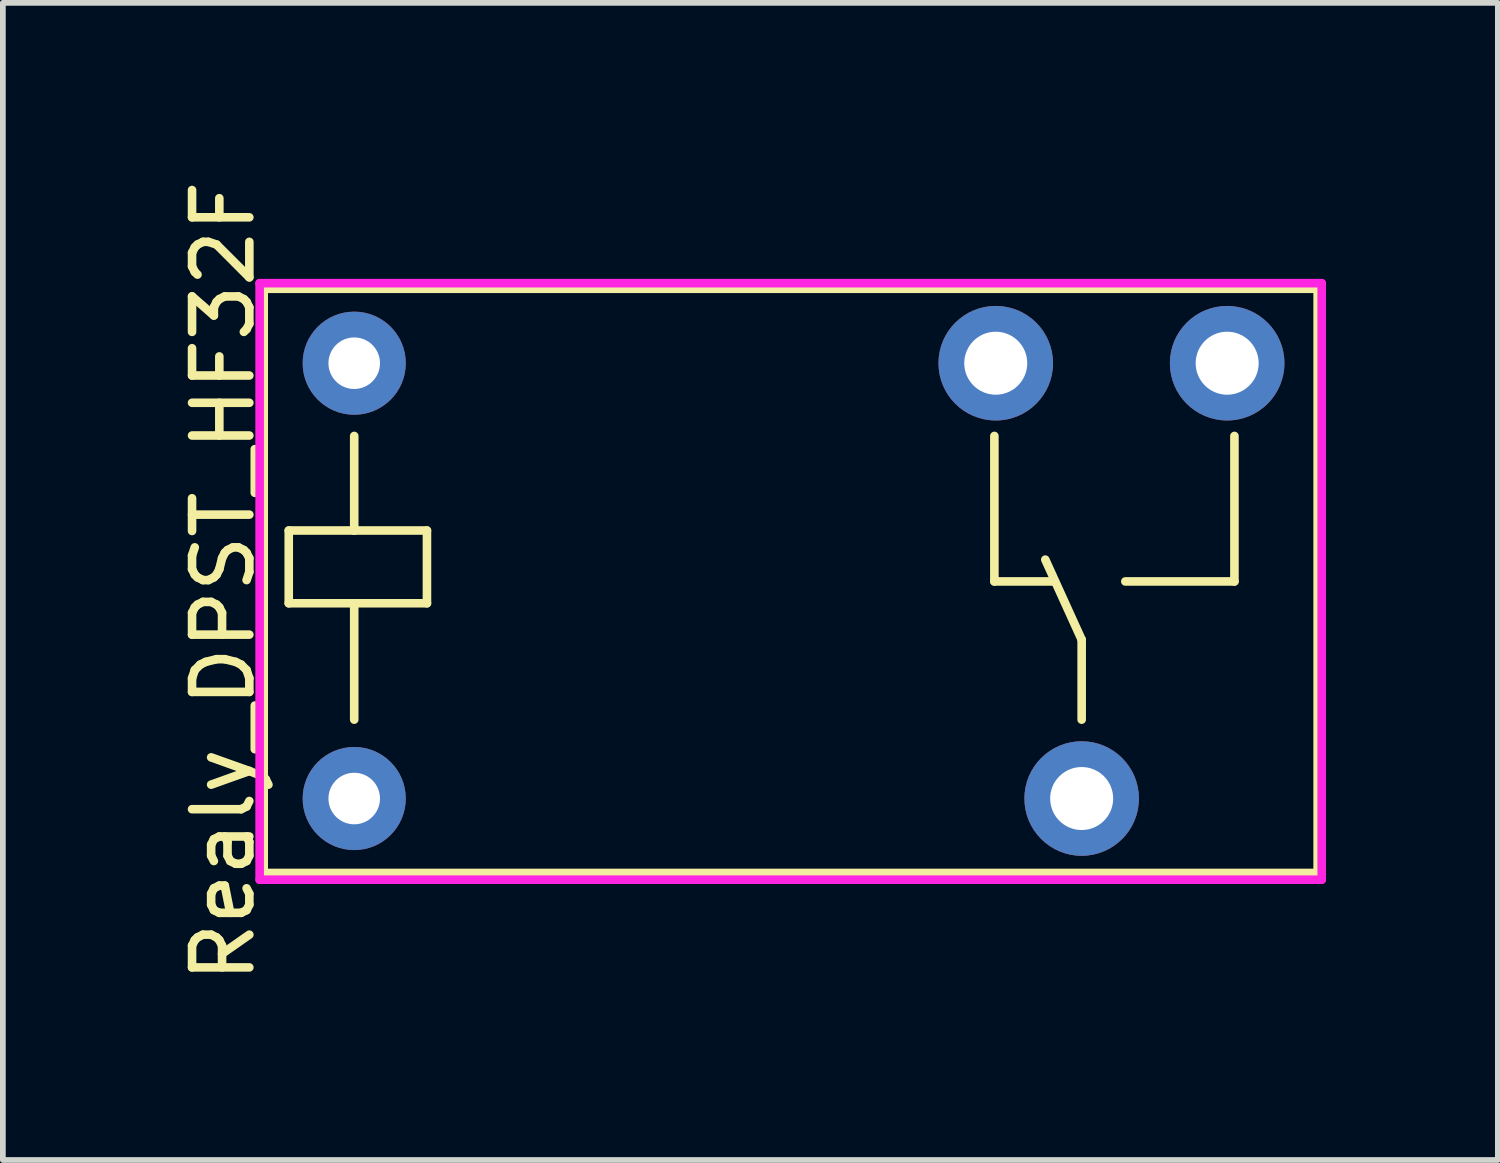
<source format=kicad_pcb>
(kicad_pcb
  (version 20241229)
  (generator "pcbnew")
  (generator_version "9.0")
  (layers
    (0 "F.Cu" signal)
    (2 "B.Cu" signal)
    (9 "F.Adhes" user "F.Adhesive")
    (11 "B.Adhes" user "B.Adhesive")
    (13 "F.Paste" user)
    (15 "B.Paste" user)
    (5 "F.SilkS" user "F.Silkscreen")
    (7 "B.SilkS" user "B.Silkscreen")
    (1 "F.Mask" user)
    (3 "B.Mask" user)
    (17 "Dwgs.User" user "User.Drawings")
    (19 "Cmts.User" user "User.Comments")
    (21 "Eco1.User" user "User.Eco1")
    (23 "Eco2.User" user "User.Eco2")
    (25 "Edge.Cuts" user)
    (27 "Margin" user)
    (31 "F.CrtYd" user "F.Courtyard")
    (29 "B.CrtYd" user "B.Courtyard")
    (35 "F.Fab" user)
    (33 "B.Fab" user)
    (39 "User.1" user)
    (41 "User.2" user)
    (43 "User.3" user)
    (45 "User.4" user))
  (footprint "Realy_DPST_HF32F"
    (layer "F.Cu")
    (at 3.134 3.291)
    (property "Reference" "Realy_DPST_HF32F" (at -2.286 3.81 90) (layer "F.SilkS") (effects (font (size 1 1) (thickness 0.15))))
    (attr through_hole)
    (fp_line (start -1.58 -1.3) (end -1.58 8.9) (stroke (width 0.15) (type solid)) (layer "F.SilkS"))
    (fp_line (start -1.58 -1.3) (end 16.82 -1.3) (stroke (width 0.15) (type solid)) (layer "F.SilkS"))
    (fp_line (start -1.143 2.921) (end -1.143 4.191) (stroke (width 0.15) (type solid)) (layer "F.SilkS"))
    (fp_line (start -1.143 4.191) (end 0 4.191) (stroke (width 0.15) (type solid)) (layer "F.SilkS"))
    (fp_line (start 0 1.27) (end 0 2.921) (stroke (width 0.15) (type solid)) (layer "F.SilkS"))
    (fp_line (start 0 2.921) (end -1.143 2.921) (stroke (width 0.15) (type solid)) (layer "F.SilkS"))
    (fp_line (start 0 2.921) (end 1.27 2.921) (stroke (width 0.15) (type solid)) (layer "F.SilkS"))
    (fp_line (start 0 4.191) (end 0 6.223) (stroke (width 0.15) (type solid)) (layer "F.SilkS"))
    (fp_line (start 1.27 2.921) (end 1.27 4.191) (stroke (width 0.15) (type solid)) (layer "F.SilkS"))
    (fp_line (start 1.27 4.191) (end 0 4.191) (stroke (width 0.15) (type solid)) (layer "F.SilkS"))
    (fp_line (start 11.176 1.27) (end 11.176 3.81) (stroke (width 0.15) (type solid)) (layer "F.SilkS"))
    (fp_line (start 11.176 3.81) (end 12.192 3.81) (stroke (width 0.15) (type solid)) (layer "F.SilkS"))
    (fp_line (start 12.7 4.826) (end 12.065 3.429) (stroke (width 0.15) (type solid)) (layer "F.SilkS"))
    (fp_line (start 12.7 6.223) (end 12.7 4.826) (stroke (width 0.15) (type solid)) (layer "F.SilkS"))
    (fp_line (start 15.367 1.27) (end 15.367 3.81) (stroke (width 0.15) (type solid)) (layer "F.SilkS"))
    (fp_line (start 15.367 3.81) (end 13.462 3.81) (stroke (width 0.15) (type solid)) (layer "F.SilkS"))
    (fp_line (start 16.82 -1.3) (end 16.82 8.9) (stroke (width 0.15) (type solid)) (layer "F.SilkS"))
    (fp_line (start 16.82 8.9) (end -1.58 8.9) (stroke (width 0.15) (type solid)) (layer "F.SilkS"))
    (fp_line (start -1.651 -1.397) (end -1.651 9.017) (stroke (width 0.15) (type solid)) (layer "F.CrtYd"))
    (fp_line (start -1.651 9.017) (end 16.891 9.017) (stroke (width 0.15) (type solid)) (layer "F.CrtYd"))
    (fp_line (start 16.891 -1.397) (end -1.651 -1.397) (stroke (width 0.15) (type solid)) (layer "F.CrtYd"))
    (fp_line (start 16.891 9.017) (end 16.891 -1.397) (stroke (width 0.15) (type solid)) (layer "F.CrtYd"))
    (pad "1" thru_hole circle (at 0 0) (size 1.8 1.8) (drill 0.9) (layers "*.Cu" "*.Mask"))
    (pad "2" thru_hole circle (at 0 7.6) (size 1.8 1.8) (drill 0.9) (layers "*.Cu" "*.Mask"))
    (pad "3" thru_hole circle (at 12.7 7.6) (size 2 2) (drill 1.1) (layers "*.Cu" "*.Mask"))
    (pad "4" thru_hole circle (at 15.24 0) (size 2 2) (drill 1.1) (layers "*.Cu" "*.Mask"))
    (pad "5" thru_hole circle (at 11.2 0) (size 2 2) (drill 1.1) (layers "*.Cu" "*.Mask")))
  (gr_rect
    (start -3 -3)
    (end 23.1 17.202)
    (stroke (width 0.1) (type default))
    (fill no)
    (layer "Edge.Cuts")))
</source>
